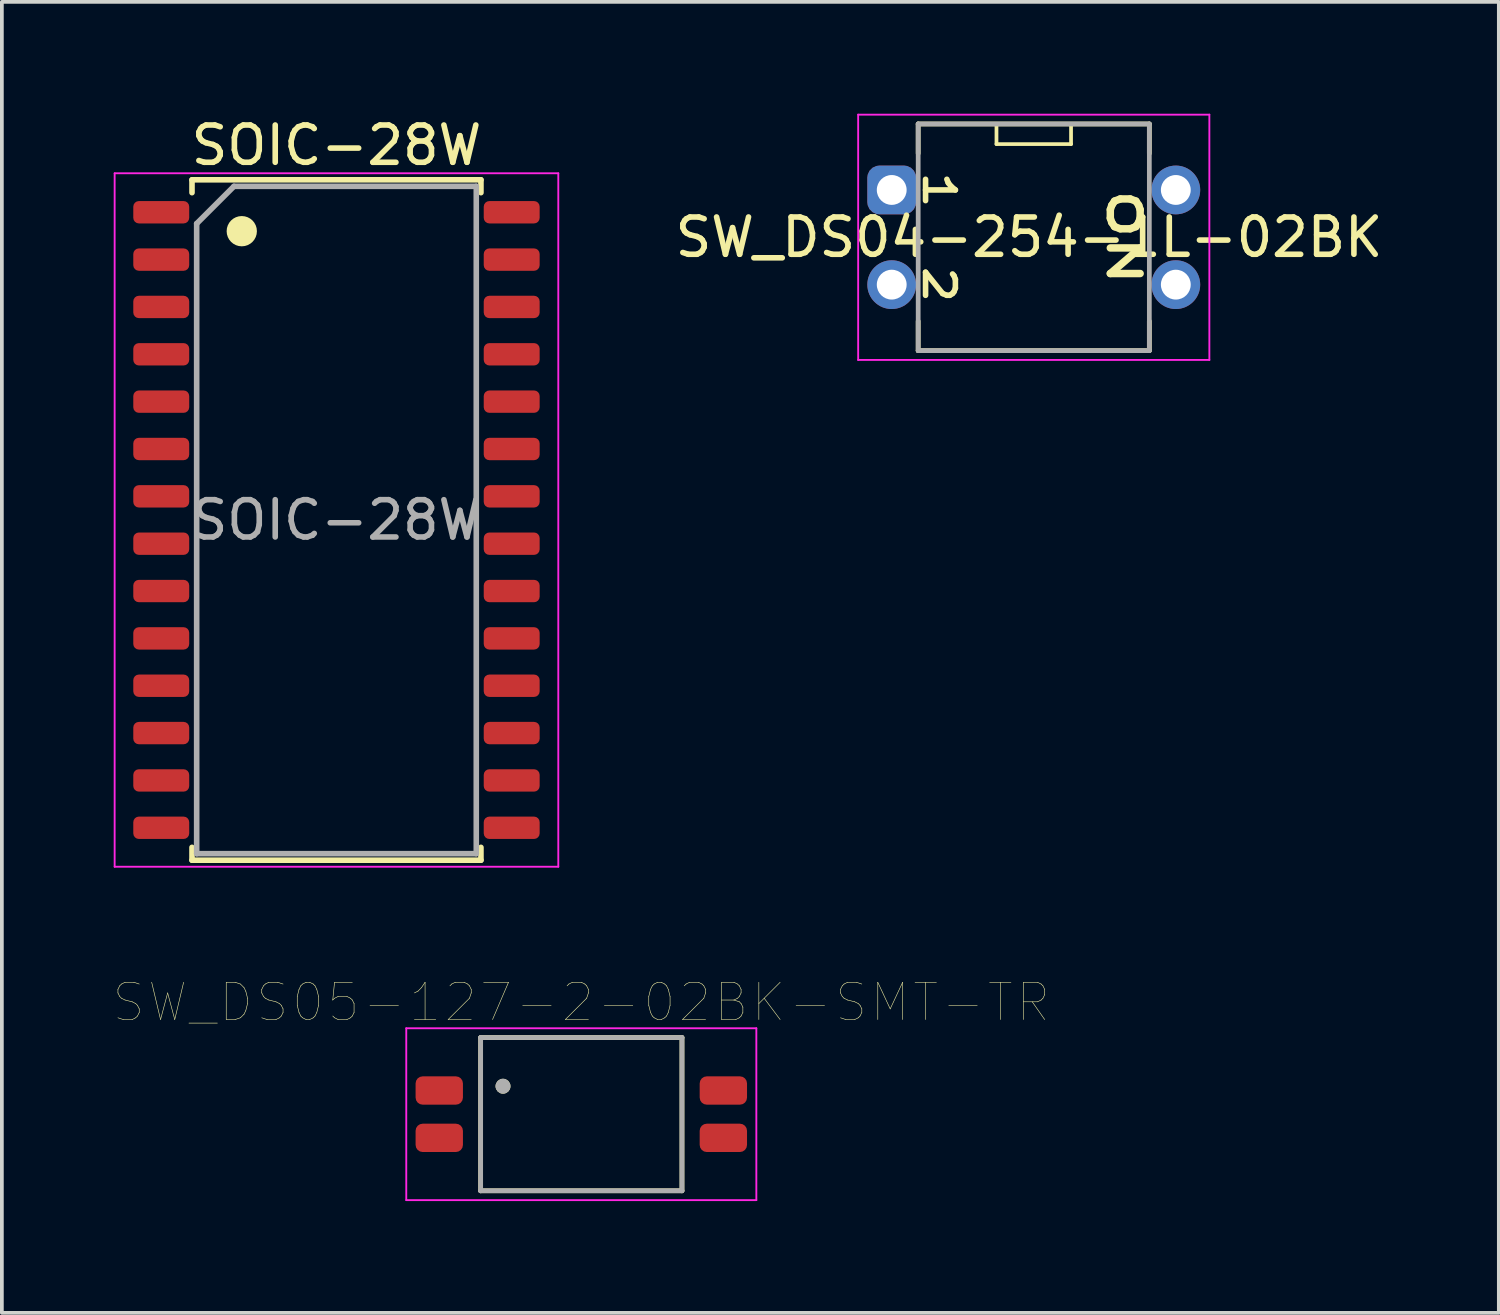
<source format=kicad_pcb>
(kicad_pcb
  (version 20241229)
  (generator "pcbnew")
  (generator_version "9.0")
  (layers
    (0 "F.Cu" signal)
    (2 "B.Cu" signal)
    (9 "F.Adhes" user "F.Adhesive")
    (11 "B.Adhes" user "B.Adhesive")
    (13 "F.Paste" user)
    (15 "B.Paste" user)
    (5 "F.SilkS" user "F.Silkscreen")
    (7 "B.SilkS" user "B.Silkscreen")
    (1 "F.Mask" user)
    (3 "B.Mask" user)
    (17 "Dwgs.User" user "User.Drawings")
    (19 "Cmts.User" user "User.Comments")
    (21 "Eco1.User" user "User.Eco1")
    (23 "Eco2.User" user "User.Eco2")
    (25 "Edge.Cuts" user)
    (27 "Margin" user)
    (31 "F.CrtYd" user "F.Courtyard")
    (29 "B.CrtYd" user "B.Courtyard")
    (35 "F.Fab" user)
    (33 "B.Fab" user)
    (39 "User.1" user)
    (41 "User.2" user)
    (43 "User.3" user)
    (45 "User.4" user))
  (footprint "SW_DS04-254-1L-02BK"
    (layer "F.Cu")
    (at 24.678 3.315)
    (property "Reference" "SW_DS04-254-1L-02BK" (at -0.127 0 0) (layer "F.SilkS") (effects (font (size 1 1) (thickness 0.15))))
    (attr through_hole)
    (fp_line (start -3.1 -3.04) (end -3.1 -2.25) (stroke (width 0.127) (type solid)) (layer "F.SilkS"))
    (fp_line (start -3.1 2.25) (end -3.1 3.04) (stroke (width 0.127) (type solid)) (layer "F.SilkS"))
    (fp_line (start -3.1 3.04) (end 3.1 3.04) (stroke (width 0.127) (type solid)) (layer "F.SilkS"))
    (fp_line (start -1 -3.04) (end -1 -2.5) (stroke (width 0.1) (type solid)) (layer "F.SilkS"))
    (fp_line (start -1 -2.5) (end 1 -2.5) (stroke (width 0.1) (type solid)) (layer "F.SilkS"))
    (fp_line (start 1 -2.5) (end 1 -3.04) (stroke (width 0.1) (type solid)) (layer "F.SilkS"))
    (fp_line (start 3.1 -3.04) (end -3.1 -3.04) (stroke (width 0.127) (type solid)) (layer "F.SilkS"))
    (fp_line (start 3.1 -2.25) (end 3.1 -3.04) (stroke (width 0.127) (type solid)) (layer "F.SilkS"))
    (fp_line (start 3.1 3.04) (end 3.1 2.25) (stroke (width 0.127) (type solid)) (layer "F.SilkS"))
    (fp_line (start -4.71 -3.29) (end 4.71 -3.29) (stroke (width 0.05) (type solid)) (layer "F.CrtYd"))
    (fp_line (start -4.71 3.29) (end -4.71 -3.29) (stroke (width 0.05) (type solid)) (layer "F.CrtYd"))
    (fp_line (start 4.71 -3.29) (end 4.71 3.29) (stroke (width 0.05) (type solid)) (layer "F.CrtYd"))
    (fp_line (start 4.71 3.29) (end -4.71 3.29) (stroke (width 0.05) (type solid)) (layer "F.CrtYd"))
    (fp_line (start -3.1 -3.04) (end -3.1 3.04) (stroke (width 0.127) (type solid)) (layer "F.Fab"))
    (fp_line (start -3.1 3.04) (end 3.1 3.04) (stroke (width 0.127) (type solid)) (layer "F.Fab"))
    (fp_line (start 3.1 -3.04) (end -3.1 -3.04) (stroke (width 0.127) (type solid)) (layer "F.Fab"))
    (fp_line (start 3.1 3.04) (end 3.1 -3.04) (stroke (width 0.127) (type solid)) (layer "F.Fab"))
    (fp_text user "2" (at -2.54 1.27 270) (unlocked yes) (layer "F.SilkS") (effects (font (size 0.8 1) (thickness 0.15))))
    (fp_text user "1" (at -2.54 -1.27 270) (unlocked yes) (layer "F.SilkS") (effects (font (size 0.8 1) (thickness 0.15))))
    (fp_text user "ON" (at 2.413 0 270) (unlocked yes) (layer "F.SilkS") (effects (font (size 0.8 1.2) (thickness 0.2))))
    (pad "1A" thru_hole roundrect (at -3.81 -1.27) (size 1.308 1.308) (drill 0.8) (layers "*.Cu" "*.Mask") (roundrect_rratio 0.25))
    (pad "1B" thru_hole circle (at 3.81 -1.27) (size 1.308 1.308) (drill 0.8) (layers "*.Cu" "*.Mask"))
    (pad "2A" thru_hole circle (at -3.81 1.27) (size 1.308 1.308) (drill 0.8) (layers "*.Cu" "*.Mask"))
    (pad "2B" thru_hole circle (at 3.81 1.27) (size 1.308 1.308) (drill 0.8) (layers "*.Cu" "*.Mask")))
  (footprint "SOIC-28W"
    (layer "F.Cu")
    (at 5.975 10.898)
    (property "Reference" "SOIC-28W" (at 0 -10.05 0) (layer "F.SilkS") (effects (font (size 1 1) (thickness 0.15))))
    (attr smd)
    (fp_line (start -3.875 -9.125) (end -3.875 -8.78) (stroke (width 0.15) (type solid)) (layer "F.SilkS"))
    (fp_line (start -3.875 -9.125) (end 3.875 -9.125) (stroke (width 0.15) (type solid)) (layer "F.SilkS"))
    (fp_line (start -3.875 9.125) (end -3.875 8.78) (stroke (width 0.15) (type solid)) (layer "F.SilkS"))
    (fp_line (start -3.875 9.125) (end 3.875 9.125) (stroke (width 0.15) (type solid)) (layer "F.SilkS"))
    (fp_line (start 3.875 -9.125) (end 3.875 -8.78) (stroke (width 0.15) (type solid)) (layer "F.SilkS"))
    (fp_line (start 3.875 9.125) (end 3.875 8.78) (stroke (width 0.15) (type solid)) (layer "F.SilkS"))
    (fp_circle (center -2.54 -7.747) (end -2.337 -7.747) (stroke (width 0.406) (type solid)) (fill no) (layer "F.SilkS"))
    (fp_line (start -5.95 -9.3) (end -5.95 9.3) (stroke (width 0.05) (type solid)) (layer "F.CrtYd"))
    (fp_line (start -5.95 -9.3) (end 5.95 -9.3) (stroke (width 0.05) (type solid)) (layer "F.CrtYd"))
    (fp_line (start -5.95 9.3) (end 5.95 9.3) (stroke (width 0.05) (type solid)) (layer "F.CrtYd"))
    (fp_line (start 5.95 -9.3) (end 5.95 9.3) (stroke (width 0.05) (type solid)) (layer "F.CrtYd"))
    (fp_line (start -3.75 -7.95) (end -2.75 -8.95) (stroke (width 0.15) (type solid)) (layer "F.Fab"))
    (fp_line (start -3.75 8.95) (end -3.75 -7.95) (stroke (width 0.15) (type solid)) (layer "F.Fab"))
    (fp_line (start -2.75 -8.95) (end 3.75 -8.95) (stroke (width 0.15) (type solid)) (layer "F.Fab"))
    (fp_line (start 3.75 -8.95) (end 3.75 8.95) (stroke (width 0.15) (type solid)) (layer "F.Fab"))
    (fp_line (start 3.75 8.95) (end -3.75 8.95) (stroke (width 0.15) (type solid)) (layer "F.Fab"))
    (fp_text user "${REFERENCE}" (at 0 0 0) (layer "F.Fab") (effects (font (size 1 1) (thickness 0.15))))
    (pad "1" smd roundrect (at -4.7 -8.255) (size 1.5 0.6) (layers "F.Cu" "F.Mask" "F.Paste") (roundrect_rratio 0.25))
    (pad "2" smd roundrect (at -4.7 -6.985) (size 1.5 0.6) (layers "F.Cu" "F.Mask" "F.Paste") (roundrect_rratio 0.25))
    (pad "3" smd roundrect (at -4.7 -5.715) (size 1.5 0.6) (layers "F.Cu" "F.Mask" "F.Paste") (roundrect_rratio 0.25))
    (pad "4" smd roundrect (at -4.7 -4.445) (size 1.5 0.6) (layers "F.Cu" "F.Mask" "F.Paste") (roundrect_rratio 0.25))
    (pad "5" smd roundrect (at -4.7 -3.175) (size 1.5 0.6) (layers "F.Cu" "F.Mask" "F.Paste") (roundrect_rratio 0.25))
    (pad "6" smd roundrect (at -4.7 -1.905) (size 1.5 0.6) (layers "F.Cu" "F.Mask" "F.Paste") (roundrect_rratio 0.25))
    (pad "7" smd roundrect (at -4.7 -0.635) (size 1.5 0.6) (layers "F.Cu" "F.Mask" "F.Paste") (roundrect_rratio 0.25))
    (pad "8" smd roundrect (at -4.7 0.635) (size 1.5 0.6) (layers "F.Cu" "F.Mask" "F.Paste") (roundrect_rratio 0.25))
    (pad "9" smd roundrect (at -4.7 1.905) (size 1.5 0.6) (layers "F.Cu" "F.Mask" "F.Paste") (roundrect_rratio 0.25))
    (pad "10" smd roundrect (at -4.7 3.175) (size 1.5 0.6) (layers "F.Cu" "F.Mask" "F.Paste") (roundrect_rratio 0.25))
    (pad "11" smd roundrect (at -4.7 4.445) (size 1.5 0.6) (layers "F.Cu" "F.Mask" "F.Paste") (roundrect_rratio 0.25))
    (pad "12" smd roundrect (at -4.7 5.715) (size 1.5 0.6) (layers "F.Cu" "F.Mask" "F.Paste") (roundrect_rratio 0.25))
    (pad "13" smd roundrect (at -4.7 6.985) (size 1.5 0.6) (layers "F.Cu" "F.Mask" "F.Paste") (roundrect_rratio 0.25))
    (pad "14" smd roundrect (at -4.7 8.255) (size 1.5 0.6) (layers "F.Cu" "F.Mask" "F.Paste") (roundrect_rratio 0.25))
    (pad "15" smd roundrect (at 4.7 8.255) (size 1.5 0.6) (layers "F.Cu" "F.Mask" "F.Paste") (roundrect_rratio 0.25))
    (pad "16" smd roundrect (at 4.7 6.985) (size 1.5 0.6) (layers "F.Cu" "F.Mask" "F.Paste") (roundrect_rratio 0.25))
    (pad "17" smd roundrect (at 4.7 5.715) (size 1.5 0.6) (layers "F.Cu" "F.Mask" "F.Paste") (roundrect_rratio 0.25))
    (pad "18" smd roundrect (at 4.7 4.445) (size 1.5 0.6) (layers "F.Cu" "F.Mask" "F.Paste") (roundrect_rratio 0.25))
    (pad "19" smd roundrect (at 4.7 3.175) (size 1.5 0.6) (layers "F.Cu" "F.Mask" "F.Paste") (roundrect_rratio 0.25))
    (pad "20" smd roundrect (at 4.7 1.905) (size 1.5 0.6) (layers "F.Cu" "F.Mask" "F.Paste") (roundrect_rratio 0.25))
    (pad "21" smd roundrect (at 4.7 0.635) (size 1.5 0.6) (layers "F.Cu" "F.Mask" "F.Paste") (roundrect_rratio 0.25))
    (pad "22" smd roundrect (at 4.7 -0.635) (size 1.5 0.6) (layers "F.Cu" "F.Mask" "F.Paste") (roundrect_rratio 0.25))
    (pad "23" smd roundrect (at 4.7 -1.905) (size 1.5 0.6) (layers "F.Cu" "F.Mask" "F.Paste") (roundrect_rratio 0.25))
    (pad "24" smd roundrect (at 4.7 -3.175) (size 1.5 0.6) (layers "F.Cu" "F.Mask" "F.Paste") (roundrect_rratio 0.25))
    (pad "25" smd roundrect (at 4.7 -4.445) (size 1.5 0.6) (layers "F.Cu" "F.Mask" "F.Paste") (roundrect_rratio 0.25))
    (pad "26" smd roundrect (at 4.7 -5.715) (size 1.5 0.6) (layers "F.Cu" "F.Mask" "F.Paste") (roundrect_rratio 0.25))
    (pad "27" smd roundrect (at 4.7 -6.985) (size 1.5 0.6) (layers "F.Cu" "F.Mask" "F.Paste") (roundrect_rratio 0.25))
    (pad "28" smd roundrect (at 4.7 -8.255) (size 1.5 0.6) (layers "F.Cu" "F.Mask" "F.Paste") (roundrect_rratio 0.25)))
  (footprint "SW_DS05-127-2-02BK-SMT-TR"
    (layer "F.Cu")
    (at 12.542 26.835)
    (property "Reference" "SW_DS05-127-2-02BK-SMT-TR" (at 0 -3 0) (layer "F.SilkS") (effects (font (size 1 1) (thickness 0.015))))
    (attr smd)
    (fp_line (start -2.7 -2.055) (end 2.7 -2.055) (stroke (width 0.127) (type solid)) (layer "F.SilkS"))
    (fp_line (start -2.7 2.055) (end -2.7 -2.055) (stroke (width 0.127) (type solid)) (layer "F.SilkS"))
    (fp_line (start 2.7 -2.055) (end 2.7 2.055) (stroke (width 0.127) (type solid)) (layer "F.SilkS"))
    (fp_line (start 2.7 2.055) (end -2.7 2.055) (stroke (width 0.127) (type solid)) (layer "F.SilkS"))
    (fp_circle (center -2.1 -0.75) (end -2 -0.75) (stroke (width 0.2) (type solid)) (fill no) (layer "F.SilkS"))
    (fp_line (start -4.695 -2.305) (end -4.695 2.305) (stroke (width 0.05) (type solid)) (layer "F.CrtYd"))
    (fp_line (start -4.695 2.305) (end 4.695 2.305) (stroke (width 0.05) (type solid)) (layer "F.CrtYd"))
    (fp_line (start 4.695 -2.305) (end -4.695 -2.305) (stroke (width 0.05) (type solid)) (layer "F.CrtYd"))
    (fp_line (start 4.695 2.305) (end 4.695 -2.305) (stroke (width 0.05) (type solid)) (layer "F.CrtYd"))
    (fp_line (start -2.7 -2.055) (end 2.7 -2.055) (stroke (width 0.127) (type solid)) (layer "F.Fab"))
    (fp_line (start -2.7 2.055) (end -2.7 -2.055) (stroke (width 0.127) (type solid)) (layer "F.Fab"))
    (fp_line (start 2.7 -2.055) (end 2.7 2.055) (stroke (width 0.127) (type solid)) (layer "F.Fab"))
    (fp_line (start 2.7 2.055) (end -2.7 2.055) (stroke (width 0.127) (type solid)) (layer "F.Fab"))
    (fp_circle (center -2.1 -0.75) (end -2 -0.75) (stroke (width 0.2) (type solid)) (fill no) (layer "F.Fab"))
    (pad "1A" smd roundrect (at -3.81 -0.635) (size 1.27 0.76) (layers "F.Cu" "F.Mask" "F.Paste") (roundrect_rratio 0.25))
    (pad "1B" smd roundrect (at 3.81 -0.635) (size 1.27 0.76) (layers "F.Cu" "F.Mask" "F.Paste") (roundrect_rratio 0.25))
    (pad "2A" smd roundrect (at -3.81 0.635) (size 1.27 0.76) (layers "F.Cu" "F.Mask" "F.Paste") (roundrect_rratio 0.25))
    (pad "2B" smd roundrect (at 3.81 0.635) (size 1.27 0.76) (layers "F.Cu" "F.Mask" "F.Paste") (roundrect_rratio 0.25)))
  (gr_rect
    (start -3 -3)
    (end 37.152 32.165)
    (stroke (width 0.1) (type default))
    (fill no)
    (layer "Edge.Cuts")))
</source>
